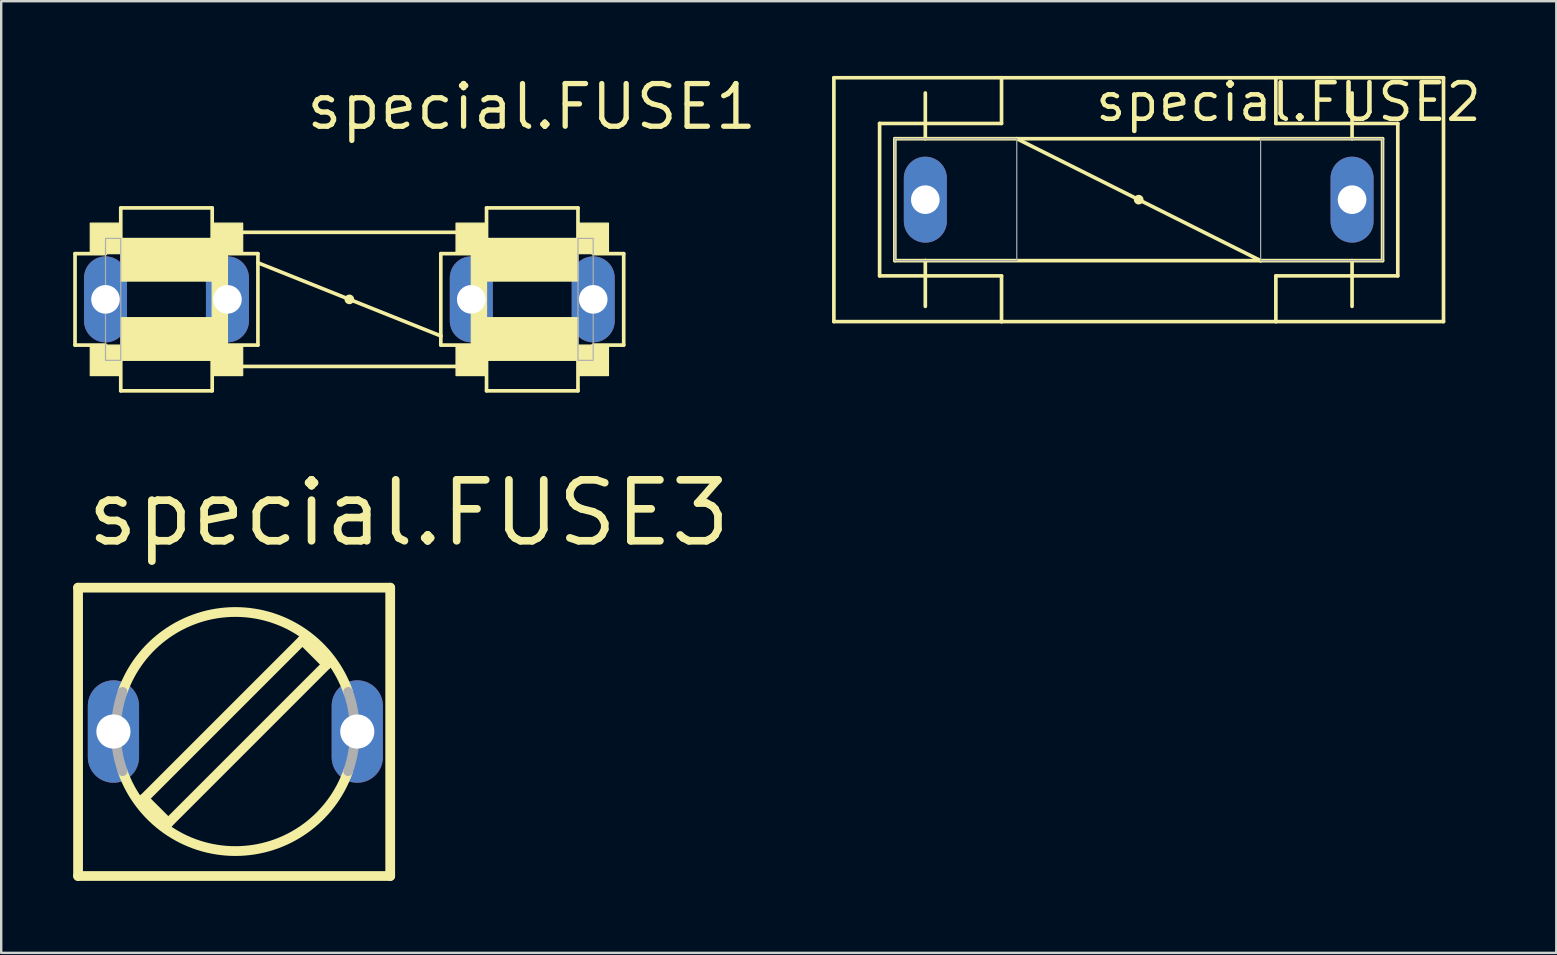
<source format=kicad_pcb>
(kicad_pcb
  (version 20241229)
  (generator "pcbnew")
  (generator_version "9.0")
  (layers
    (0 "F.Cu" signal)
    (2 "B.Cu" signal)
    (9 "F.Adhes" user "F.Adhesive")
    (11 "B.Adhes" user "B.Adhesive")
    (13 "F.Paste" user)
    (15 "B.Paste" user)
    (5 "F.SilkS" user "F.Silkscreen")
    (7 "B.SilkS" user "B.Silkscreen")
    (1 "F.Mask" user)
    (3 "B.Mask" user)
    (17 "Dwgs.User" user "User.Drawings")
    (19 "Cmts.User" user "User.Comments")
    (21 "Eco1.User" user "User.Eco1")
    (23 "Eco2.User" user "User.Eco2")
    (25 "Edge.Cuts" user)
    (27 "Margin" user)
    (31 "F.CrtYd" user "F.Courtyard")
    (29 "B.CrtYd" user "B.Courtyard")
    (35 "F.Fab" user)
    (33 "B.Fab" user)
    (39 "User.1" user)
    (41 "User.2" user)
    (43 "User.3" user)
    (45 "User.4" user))
  (footprint "special.FUSE3"
    (layer "F.Cu")
    (at 6.756 27.429)
    (property "Reference" "special.FUSE3" (at -6.35 -7.62 0) (layer "F.SilkS") (effects (font (size 2.54 2.54) (thickness 0.32)) (justify left bottom)))
    (attr through_hole)
    (fp_line (start -6.553 -5.994) (end 6.452 -5.994) (stroke (width 0.406) (type default)) (layer "F.SilkS"))
    (fp_line (start -6.553 6.02) (end -6.553 -5.994) (stroke (width 0.406) (type default)) (layer "F.SilkS"))
    (fp_line (start -3.81 2.794) (end -2.794 3.81) (stroke (width 0.406) (type default)) (layer "F.SilkS"))
    (fp_line (start -2.794 3.81) (end 3.81 -2.794) (stroke (width 0.406) (type default)) (layer "F.SilkS"))
    (fp_line (start 2.794 -3.81) (end -3.81 2.794) (stroke (width 0.406) (type default)) (layer "F.SilkS"))
    (fp_line (start 3.81 -2.794) (end 2.794 -3.81) (stroke (width 0.406) (type default)) (layer "F.SilkS"))
    (fp_line (start 6.452 6.02) (end -6.553 6.02) (stroke (width 0.406) (type default)) (layer "F.SilkS"))
    (fp_line (start 6.452 6.02) (end 6.452 -5.994) (stroke (width 0.406) (type default)) (layer "F.SilkS"))
    (fp_arc (start -4.699 -1.651) (mid 0 -4.980603) (end 4.699 -1.651) (stroke (width 0.4064) (type default)) (layer "F.SilkS"))
    (fp_arc (start 4.699 1.651) (mid 0 4.980603) (end -4.699 1.651) (stroke (width 0.4064) (type default)) (layer "F.SilkS"))
    (fp_arc (start -4.699 1.651) (mid -4.980603 0) (end -4.699 -1.651) (stroke (width 0.4064) (type default)) (layer "F.Fab"))
    (fp_arc (start 4.699 -1.651) (mid 4.980603 0) (end 4.699 1.651) (stroke (width 0.4064) (type default)) (layer "F.Fab"))
    (pad "1" thru_hole oval (at -5.08 0 90) (size 4.267 2.134) (drill 1.422) (layers "*.Cu" "*.Mask"))
    (pad "2" thru_hole oval (at 5.08 0 90) (size 4.267 2.134) (drill 1.422) (layers "*.Cu" "*.Mask")))
  (footprint "special.FUSE2"
    (layer "F.Cu")
    (at 44.393 5.269)
    (property "Reference" "special.FUSE2" (at -1.905 -3.175 0) (layer "F.SilkS") (effects (font (size 1.524 1.524) (thickness 0.19)) (justify left bottom)))
    (attr through_hole)
    (fp_line (start -12.7 -5.08) (end -12.7 5.08) (stroke (width 0.152) (type default)) (layer "F.SilkS"))
    (fp_line (start -12.7 -5.08) (end -5.715 -5.08) (stroke (width 0.152) (type default)) (layer "F.SilkS"))
    (fp_line (start -10.795 3.175) (end -10.795 -3.175) (stroke (width 0.152) (type default)) (layer "F.SilkS"))
    (fp_line (start -10.795 3.175) (end -8.89 3.175) (stroke (width 0.152) (type default)) (layer "F.SilkS"))
    (fp_line (start -10.16 -2.54) (end -5.08 -2.54) (stroke (width 0.152) (type default)) (layer "F.SilkS"))
    (fp_line (start -10.16 2.54) (end -10.16 -2.54) (stroke (width 0.152) (type default)) (layer "F.SilkS"))
    (fp_line (start -8.89 -3.175) (end -10.795 -3.175) (stroke (width 0.152) (type default)) (layer "F.SilkS"))
    (fp_line (start -8.89 -3.175) (end -8.89 -4.445) (stroke (width 0.152) (type default)) (layer "F.SilkS"))
    (fp_line (start -8.89 -3.175) (end -8.89 -2.54) (stroke (width 0.152) (type default)) (layer "F.SilkS"))
    (fp_line (start -8.89 2.54) (end -10.16 2.54) (stroke (width 0.152) (type default)) (layer "F.SilkS"))
    (fp_line (start -8.89 3.175) (end -8.89 2.54) (stroke (width 0.152) (type default)) (layer "F.SilkS"))
    (fp_line (start -8.89 3.175) (end -8.89 4.445) (stroke (width 0.152) (type default)) (layer "F.SilkS"))
    (fp_line (start -8.89 3.175) (end -5.715 3.175) (stroke (width 0.152) (type default)) (layer "F.SilkS"))
    (fp_line (start -5.715 -5.08) (end -5.715 -3.175) (stroke (width 0.152) (type default)) (layer "F.SilkS"))
    (fp_line (start -5.715 -5.08) (end 5.715 -5.08) (stroke (width 0.152) (type default)) (layer "F.SilkS"))
    (fp_line (start -5.715 -3.175) (end -8.89 -3.175) (stroke (width 0.152) (type default)) (layer "F.SilkS"))
    (fp_line (start -5.715 3.175) (end -5.715 5.08) (stroke (width 0.152) (type default)) (layer "F.SilkS"))
    (fp_line (start -5.715 5.08) (end -12.7 5.08) (stroke (width 0.152) (type default)) (layer "F.SilkS"))
    (fp_line (start -5.08 -2.54) (end 5.08 2.54) (stroke (width 0.152) (type default)) (layer "F.SilkS"))
    (fp_line (start -5.08 -2.54) (end 10.16 -2.54) (stroke (width 0.152) (type default)) (layer "F.SilkS"))
    (fp_line (start 5.08 2.54) (end -8.89 2.54) (stroke (width 0.152) (type default)) (layer "F.SilkS"))
    (fp_line (start 5.715 -5.08) (end 5.715 -3.175) (stroke (width 0.152) (type default)) (layer "F.SilkS"))
    (fp_line (start 5.715 -5.08) (end 12.7 -5.08) (stroke (width 0.152) (type default)) (layer "F.SilkS"))
    (fp_line (start 5.715 -3.175) (end 8.89 -3.175) (stroke (width 0.152) (type default)) (layer "F.SilkS"))
    (fp_line (start 5.715 5.08) (end -5.715 5.08) (stroke (width 0.152) (type default)) (layer "F.SilkS"))
    (fp_line (start 5.715 5.08) (end 5.715 3.175) (stroke (width 0.152) (type default)) (layer "F.SilkS"))
    (fp_line (start 8.89 -3.175) (end 8.89 -4.445) (stroke (width 0.152) (type default)) (layer "F.SilkS"))
    (fp_line (start 8.89 -3.175) (end 10.795 -3.175) (stroke (width 0.152) (type default)) (layer "F.SilkS"))
    (fp_line (start 8.89 -2.54) (end 8.89 -3.175) (stroke (width 0.152) (type default)) (layer "F.SilkS"))
    (fp_line (start 8.89 3.175) (end 5.715 3.175) (stroke (width 0.152) (type default)) (layer "F.SilkS"))
    (fp_line (start 8.89 3.175) (end 8.89 2.54) (stroke (width 0.152) (type default)) (layer "F.SilkS"))
    (fp_line (start 8.89 3.175) (end 8.89 4.445) (stroke (width 0.152) (type default)) (layer "F.SilkS"))
    (fp_line (start 10.16 -2.54) (end 10.16 2.54) (stroke (width 0.152) (type default)) (layer "F.SilkS"))
    (fp_line (start 10.16 2.54) (end 5.08 2.54) (stroke (width 0.152) (type default)) (layer "F.SilkS"))
    (fp_line (start 10.795 3.175) (end 8.89 3.175) (stroke (width 0.152) (type default)) (layer "F.SilkS"))
    (fp_line (start 10.795 3.175) (end 10.795 -3.175) (stroke (width 0.152) (type default)) (layer "F.SilkS"))
    (fp_line (start 12.7 5.08) (end 5.715 5.08) (stroke (width 0.152) (type default)) (layer "F.SilkS"))
    (fp_line (start 12.7 5.08) (end 12.7 -5.08) (stroke (width 0.152) (type default)) (layer "F.SilkS"))
    (fp_circle (center 0 0) (end 0.127 0) (stroke (width 0.152) (type default)) (fill no) (layer "F.SilkS"))
    (fp_rect (start -10.16 2.54) (end -5.08 -2.54) (stroke (width 0.05) (type default)) (fill no) (layer "F.Fab"))
    (fp_rect (start 5.08 2.54) (end 10.16 -2.54) (stroke (width 0.05) (type default)) (fill no) (layer "F.Fab"))
    (pad "1A" thru_hole oval (at -8.89 0 90) (size 3.581 1.791) (drill 1.194) (layers "*.Cu" "*.Mask"))
    (pad "2A" thru_hole oval (at 8.89 0 90) (size 3.581 1.791) (drill 1.194) (layers "*.Cu" "*.Mask")))
  (footprint "special.FUSE1"
    (layer "F.Cu")
    (at 11.506 9.423)
    (property "Reference" "special.FUSE1" (at -1.905 -6.985 0) (layer "F.SilkS") (effects (font (size 1.778 1.778) (thickness 0.22)) (justify left bottom)))
    (attr through_hole)
    (fp_line (start -11.43 1.905) (end -11.43 -1.905) (stroke (width 0.152) (type default)) (layer "F.SilkS"))
    (fp_line (start -11.43 1.905) (end -10.16 1.905) (stroke (width 0.152) (type default)) (layer "F.SilkS"))
    (fp_line (start -10.16 -1.905) (end -11.43 -1.905) (stroke (width 0.152) (type default)) (layer "F.SilkS"))
    (fp_line (start -9.525 -3.81) (end -5.715 -3.81) (stroke (width 0.152) (type default)) (layer "F.SilkS"))
    (fp_line (start -9.525 -2.54) (end -9.525 -3.81) (stroke (width 0.152) (type default)) (layer "F.SilkS"))
    (fp_line (start -9.525 2.54) (end -9.525 3.81) (stroke (width 0.152) (type default)) (layer "F.SilkS"))
    (fp_line (start -5.715 -2.54) (end -5.715 -3.81) (stroke (width 0.152) (type default)) (layer "F.SilkS"))
    (fp_line (start -5.715 3.81) (end -9.525 3.81) (stroke (width 0.152) (type default)) (layer "F.SilkS"))
    (fp_line (start -5.715 3.81) (end -5.715 2.54) (stroke (width 0.152) (type default)) (layer "F.SilkS"))
    (fp_line (start -5.08 -1.905) (end -3.81 -1.905) (stroke (width 0.152) (type default)) (layer "F.SilkS"))
    (fp_line (start -4.445 -2.794) (end 4.445 -2.794) (stroke (width 0.152) (type default)) (layer "F.SilkS"))
    (fp_line (start -4.445 2.794) (end 4.445 2.794) (stroke (width 0.152) (type default)) (layer "F.SilkS"))
    (fp_line (start -3.81 -1.905) (end -3.81 -1.524) (stroke (width 0.152) (type default)) (layer "F.SilkS"))
    (fp_line (start -3.81 -1.524) (end -3.81 1.905) (stroke (width 0.152) (type default)) (layer "F.SilkS"))
    (fp_line (start -3.81 -1.524) (end 3.81 1.524) (stroke (width 0.152) (type default)) (layer "F.SilkS"))
    (fp_line (start -3.81 1.905) (end -5.08 1.905) (stroke (width 0.152) (type default)) (layer "F.SilkS"))
    (fp_line (start 3.81 1.524) (end 3.81 -1.905) (stroke (width 0.152) (type default)) (layer "F.SilkS"))
    (fp_line (start 3.81 1.905) (end 3.81 1.524) (stroke (width 0.152) (type default)) (layer "F.SilkS"))
    (fp_line (start 3.81 1.905) (end 5.08 1.905) (stroke (width 0.152) (type default)) (layer "F.SilkS"))
    (fp_line (start 5.08 -1.905) (end 3.81 -1.905) (stroke (width 0.152) (type default)) (layer "F.SilkS"))
    (fp_line (start 5.715 -3.81) (end 9.525 -3.81) (stroke (width 0.152) (type default)) (layer "F.SilkS"))
    (fp_line (start 5.715 -2.54) (end 5.715 -3.81) (stroke (width 0.152) (type default)) (layer "F.SilkS"))
    (fp_line (start 5.715 2.54) (end 5.715 3.81) (stroke (width 0.152) (type default)) (layer "F.SilkS"))
    (fp_line (start 9.525 -2.54) (end 9.525 -3.81) (stroke (width 0.152) (type default)) (layer "F.SilkS"))
    (fp_line (start 9.525 3.81) (end 5.715 3.81) (stroke (width 0.152) (type default)) (layer "F.SilkS"))
    (fp_line (start 9.525 3.81) (end 9.525 2.54) (stroke (width 0.152) (type default)) (layer "F.SilkS"))
    (fp_line (start 10.16 -1.905) (end 11.43 -1.905) (stroke (width 0.152) (type default)) (layer "F.SilkS"))
    (fp_line (start 11.43 -1.905) (end 11.43 1.905) (stroke (width 0.152) (type default)) (layer "F.SilkS"))
    (fp_line (start 11.43 1.905) (end 10.16 1.905) (stroke (width 0.152) (type default)) (layer "F.SilkS"))
    (fp_rect (start -10.795 -1.905) (end -9.525 -3.175) (stroke (width 0.05) (type default)) (fill yes) (layer "F.SilkS"))
    (fp_rect (start -10.795 3.175) (end -9.525 1.905) (stroke (width 0.05) (type default)) (fill yes) (layer "F.SilkS"))
    (fp_rect (start -9.525 -0.762) (end -5.715 -2.54) (stroke (width 0.05) (type default)) (fill yes) (layer "F.SilkS"))
    (fp_rect (start -9.525 2.54) (end -5.715 0.762) (stroke (width 0.05) (type default)) (fill yes) (layer "F.SilkS"))
    (fp_rect (start -5.715 -1.905) (end -4.445 -3.175) (stroke (width 0.05) (type default)) (fill yes) (layer "F.SilkS"))
    (fp_rect (start -5.715 2.54) (end -5.08 -2.54) (stroke (width 0.05) (type default)) (fill yes) (layer "F.SilkS"))
    (fp_rect (start -5.715 3.175) (end -4.445 1.905) (stroke (width 0.05) (type default)) (fill yes) (layer "F.SilkS"))
    (fp_rect (start 4.445 -1.905) (end 5.715 -3.175) (stroke (width 0.05) (type default)) (fill yes) (layer "F.SilkS"))
    (fp_rect (start 4.445 3.175) (end 5.715 1.905) (stroke (width 0.05) (type default)) (fill yes) (layer "F.SilkS"))
    (fp_rect (start 5.08 2.54) (end 5.715 -2.54) (stroke (width 0.05) (type default)) (fill yes) (layer "F.SilkS"))
    (fp_rect (start 5.715 -0.762) (end 9.525 -2.54) (stroke (width 0.05) (type default)) (fill yes) (layer "F.SilkS"))
    (fp_rect (start 5.715 2.54) (end 9.525 0.762) (stroke (width 0.05) (type default)) (fill yes) (layer "F.SilkS"))
    (fp_rect (start 9.525 -1.905) (end 10.795 -3.175) (stroke (width 0.05) (type default)) (fill yes) (layer "F.SilkS"))
    (fp_rect (start 9.525 3.175) (end 10.795 1.905) (stroke (width 0.05) (type default)) (fill yes) (layer "F.SilkS"))
    (fp_circle (center 0 0) (end 0.127 0) (stroke (width 0.152) (type default)) (fill no) (layer "F.SilkS"))
    (fp_rect (start -10.16 2.54) (end -9.525 -2.54) (stroke (width 0.05) (type default)) (fill no) (layer "F.Fab"))
    (fp_rect (start 9.525 2.54) (end 10.16 -2.54) (stroke (width 0.05) (type default)) (fill no) (layer "F.Fab"))
    (pad "1A" thru_hole oval (at -10.16 0 90) (size 3.581 1.791) (drill 1.194) (layers "*.Cu" "*.Mask"))
    (pad "1B" thru_hole oval (at -5.08 0 90) (size 3.581 1.791) (drill 1.194) (layers "*.Cu" "*.Mask"))
    (pad "2A" thru_hole oval (at 10.16 0 90) (size 3.581 1.791) (drill 1.194) (layers "*.Cu" "*.Mask"))
    (pad "2B" thru_hole oval (at 5.08 0 90) (size 3.581 1.791) (drill 1.194) (layers "*.Cu" "*.Mask")))
  (gr_rect
    (start -3 -3)
    (end 61.792 36.652)
    (stroke (width 0.1) (type default))
    (fill no)
    (layer "Edge.Cuts")))
</source>
